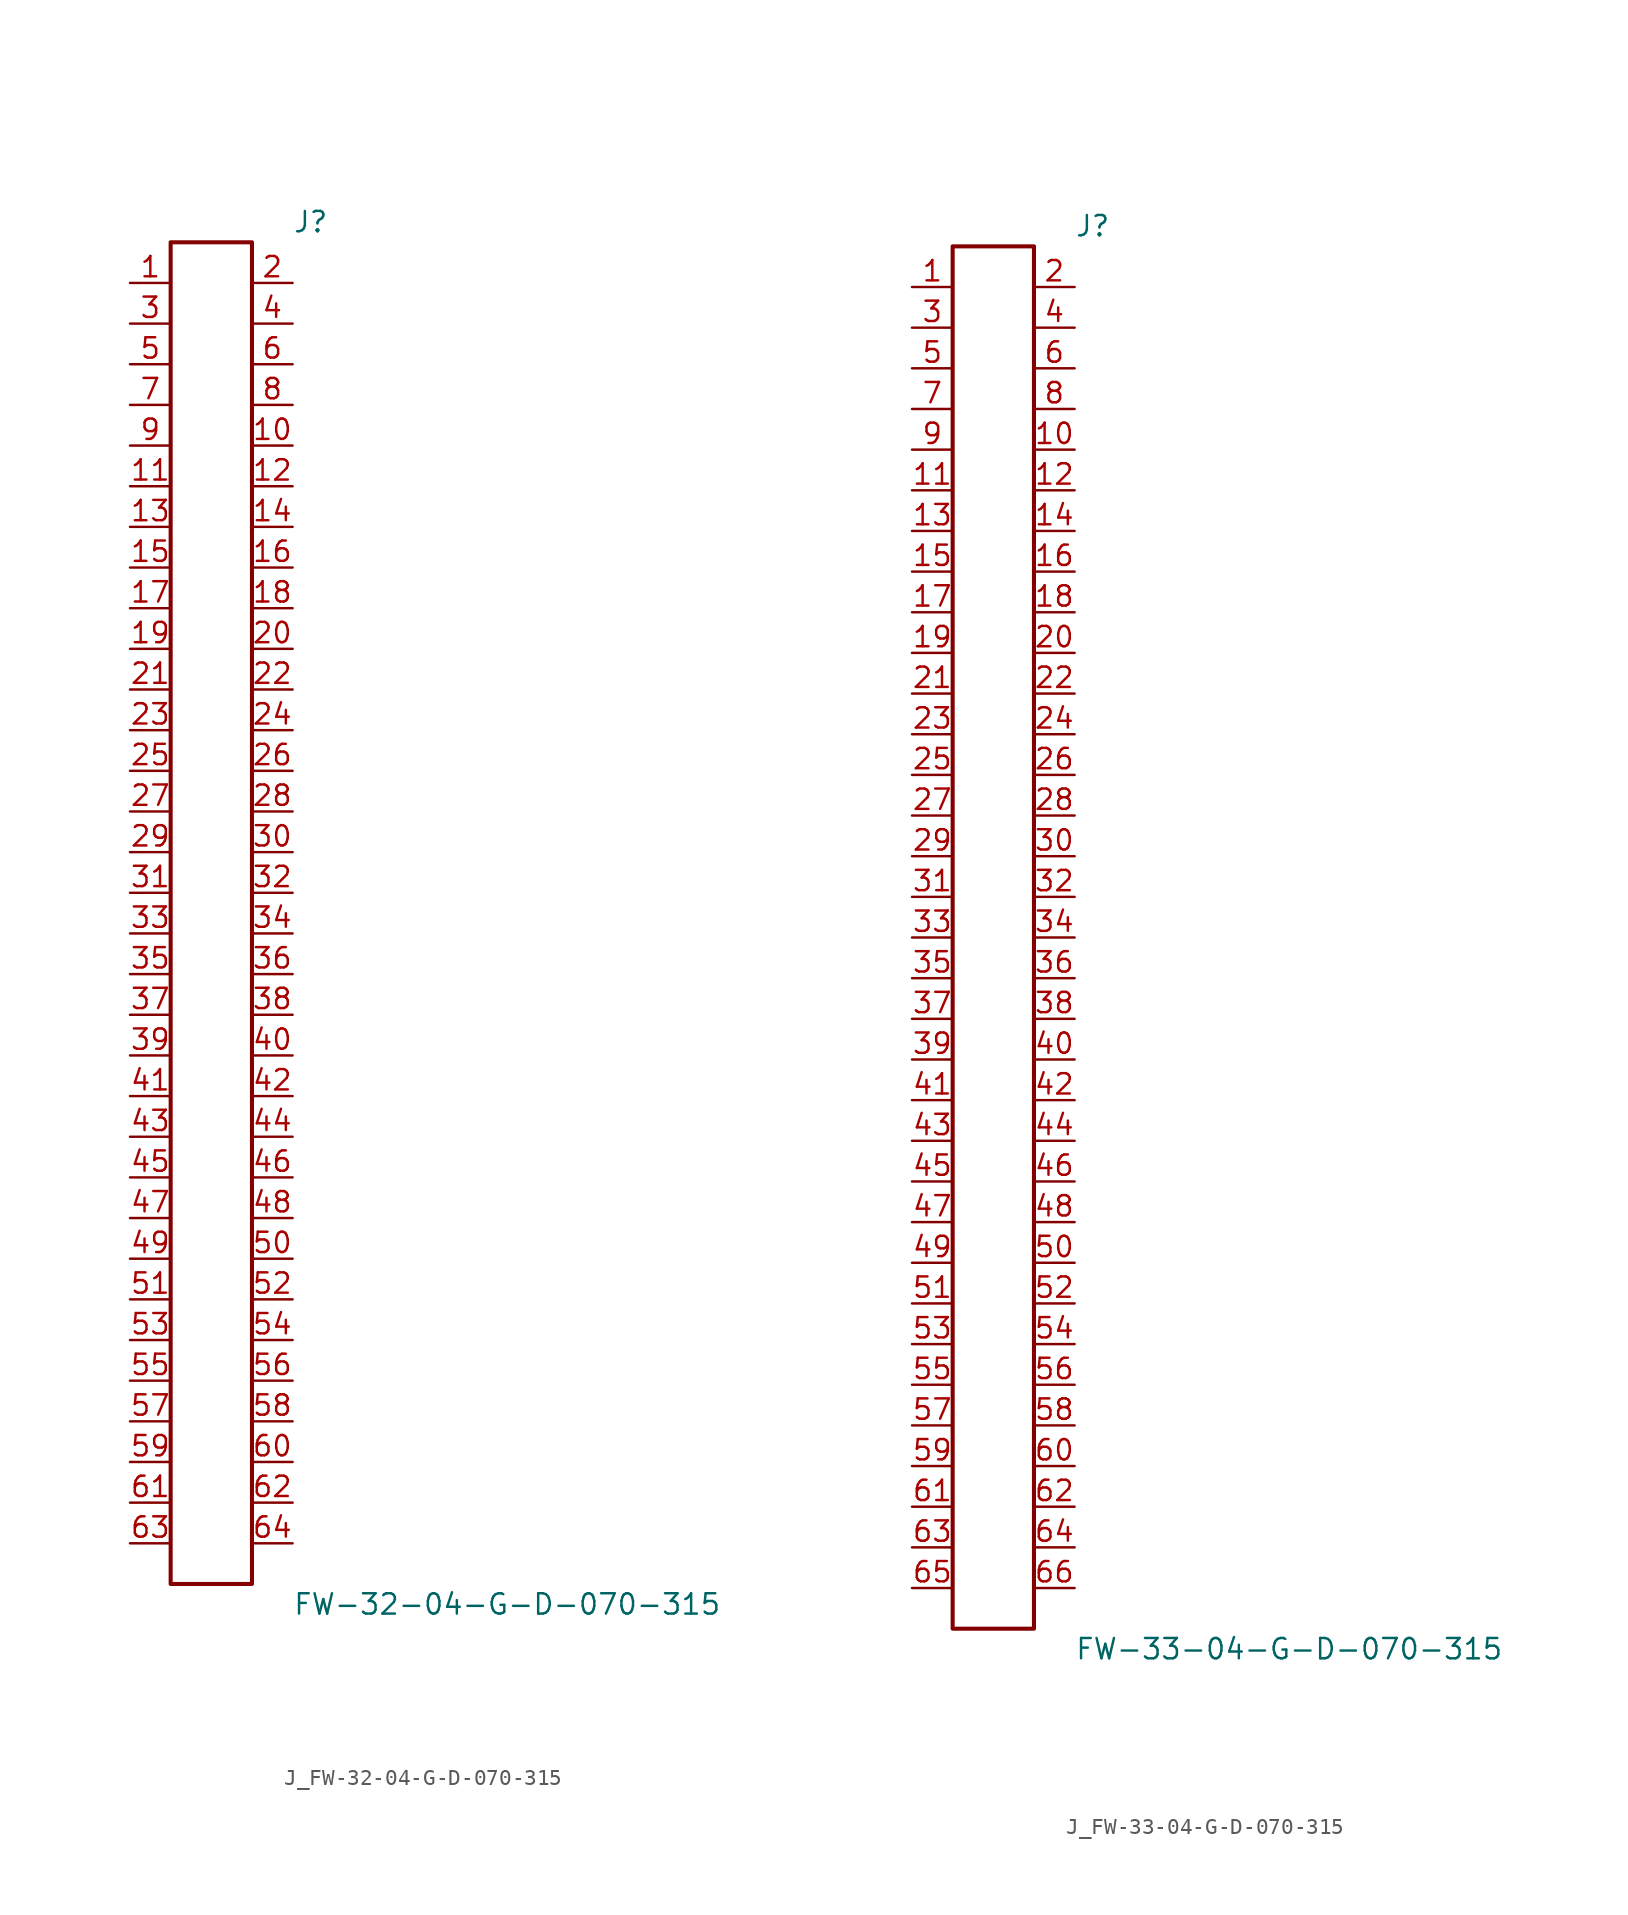
<source format=kicad_sym>
(kicad_symbol_lib
  (version 20231120)
  (generator kicad_symbol_editor)
  (generator_version 8.0)
  (symbol "J_FW-32-04-G-D-070-315"
    (pin_names
      (offset 0.254))
    (property "Reference" "J"
      (at 5.08 43.18 0)
      (effects (font (size 1.27 1.27)) (justify left)))
    (property "Value" "FW-32-04-G-D-070-315"
      (at 5.08 -43.18 0)
      (effects (font (size 1.27 1.27)) (justify left)))
    (symbol "J_FW-32-04-G-D-070-315_0_0"
      (pin passive line (at -5.08 39.37 0) (length 2.54) (name "" (effects (font (size 1.27 1.27)))) (number "1" (effects (font (size 1.27 1.27)))))
      (pin passive line (at 5.08 39.37 180) (length 2.54) (name "" (effects (font (size 1.27 1.27)))) (number "2" (effects (font (size 1.27 1.27)))))
      (pin passive line (at -5.08 36.83 0) (length 2.54) (name "" (effects (font (size 1.27 1.27)))) (number "3" (effects (font (size 1.27 1.27)))))
      (pin passive line (at 5.08 36.83 180) (length 2.54) (name "" (effects (font (size 1.27 1.27)))) (number "4" (effects (font (size 1.27 1.27)))))
      (pin passive line (at -5.08 34.29 0) (length 2.54) (name "" (effects (font (size 1.27 1.27)))) (number "5" (effects (font (size 1.27 1.27)))))
      (pin passive line (at 5.08 34.29 180) (length 2.54) (name "" (effects (font (size 1.27 1.27)))) (number "6" (effects (font (size 1.27 1.27)))))
      (pin passive line (at -5.08 31.75 0) (length 2.54) (name "" (effects (font (size 1.27 1.27)))) (number "7" (effects (font (size 1.27 1.27)))))
      (pin passive line (at 5.08 31.75 180) (length 2.54) (name "" (effects (font (size 1.27 1.27)))) (number "8" (effects (font (size 1.27 1.27)))))
      (pin passive line (at -5.08 29.21 0) (length 2.54) (name "" (effects (font (size 1.27 1.27)))) (number "9" (effects (font (size 1.27 1.27)))))
      (pin passive line (at 5.08 29.21 180) (length 2.54) (name "" (effects (font (size 1.27 1.27)))) (number "10" (effects (font (size 1.27 1.27)))))
      (pin passive line (at -5.08 26.67 0) (length 2.54) (name "" (effects (font (size 1.27 1.27)))) (number "11" (effects (font (size 1.27 1.27)))))
      (pin passive line (at 5.08 26.67 180) (length 2.54) (name "" (effects (font (size 1.27 1.27)))) (number "12" (effects (font (size 1.27 1.27)))))
      (pin passive line (at -5.08 24.13 0) (length 2.54) (name "" (effects (font (size 1.27 1.27)))) (number "13" (effects (font (size 1.27 1.27)))))
      (pin passive line (at 5.08 24.13 180) (length 2.54) (name "" (effects (font (size 1.27 1.27)))) (number "14" (effects (font (size 1.27 1.27)))))
      (pin passive line (at -5.08 21.59 0) (length 2.54) (name "" (effects (font (size 1.27 1.27)))) (number "15" (effects (font (size 1.27 1.27)))))
      (pin passive line (at 5.08 21.59 180) (length 2.54) (name "" (effects (font (size 1.27 1.27)))) (number "16" (effects (font (size 1.27 1.27)))))
      (pin passive line (at -5.08 19.05 0) (length 2.54) (name "" (effects (font (size 1.27 1.27)))) (number "17" (effects (font (size 1.27 1.27)))))
      (pin passive line (at 5.08 19.05 180) (length 2.54) (name "" (effects (font (size 1.27 1.27)))) (number "18" (effects (font (size 1.27 1.27)))))
      (pin passive line (at -5.08 16.51 0) (length 2.54) (name "" (effects (font (size 1.27 1.27)))) (number "19" (effects (font (size 1.27 1.27)))))
      (pin passive line (at 5.08 16.51 180) (length 2.54) (name "" (effects (font (size 1.27 1.27)))) (number "20" (effects (font (size 1.27 1.27)))))
      (pin passive line (at -5.08 13.97 0) (length 2.54) (name "" (effects (font (size 1.27 1.27)))) (number "21" (effects (font (size 1.27 1.27)))))
      (pin passive line (at 5.08 13.97 180) (length 2.54) (name "" (effects (font (size 1.27 1.27)))) (number "22" (effects (font (size 1.27 1.27)))))
      (pin passive line (at -5.08 11.43 0) (length 2.54) (name "" (effects (font (size 1.27 1.27)))) (number "23" (effects (font (size 1.27 1.27)))))
      (pin passive line (at 5.08 11.43 180) (length 2.54) (name "" (effects (font (size 1.27 1.27)))) (number "24" (effects (font (size 1.27 1.27)))))
      (pin passive line (at -5.08 8.89 0) (length 2.54) (name "" (effects (font (size 1.27 1.27)))) (number "25" (effects (font (size 1.27 1.27)))))
      (pin passive line (at 5.08 8.89 180) (length 2.54) (name "" (effects (font (size 1.27 1.27)))) (number "26" (effects (font (size 1.27 1.27)))))
      (pin passive line (at -5.08 6.35 0) (length 2.54) (name "" (effects (font (size 1.27 1.27)))) (number "27" (effects (font (size 1.27 1.27)))))
      (pin passive line (at 5.08 6.35 180) (length 2.54) (name "" (effects (font (size 1.27 1.27)))) (number "28" (effects (font (size 1.27 1.27)))))
      (pin passive line (at -5.08 3.81 0) (length 2.54) (name "" (effects (font (size 1.27 1.27)))) (number "29" (effects (font (size 1.27 1.27)))))
      (pin passive line (at 5.08 3.81 180) (length 2.54) (name "" (effects (font (size 1.27 1.27)))) (number "30" (effects (font (size 1.27 1.27)))))
      (pin passive line (at -5.08 1.27 0) (length 2.54) (name "" (effects (font (size 1.27 1.27)))) (number "31" (effects (font (size 1.27 1.27)))))
      (pin passive line (at 5.08 1.27 180) (length 2.54) (name "" (effects (font (size 1.27 1.27)))) (number "32" (effects (font (size 1.27 1.27)))))
      (pin passive line (at -5.08 -1.27 0) (length 2.54) (name "" (effects (font (size 1.27 1.27)))) (number "33" (effects (font (size 1.27 1.27)))))
      (pin passive line (at 5.08 -1.27 180) (length 2.54) (name "" (effects (font (size 1.27 1.27)))) (number "34" (effects (font (size 1.27 1.27)))))
      (pin passive line (at -5.08 -3.81 0) (length 2.54) (name "" (effects (font (size 1.27 1.27)))) (number "35" (effects (font (size 1.27 1.27)))))
      (pin passive line (at 5.08 -3.81 180) (length 2.54) (name "" (effects (font (size 1.27 1.27)))) (number "36" (effects (font (size 1.27 1.27)))))
      (pin passive line (at -5.08 -6.35 0) (length 2.54) (name "" (effects (font (size 1.27 1.27)))) (number "37" (effects (font (size 1.27 1.27)))))
      (pin passive line (at 5.08 -6.35 180) (length 2.54) (name "" (effects (font (size 1.27 1.27)))) (number "38" (effects (font (size 1.27 1.27)))))
      (pin passive line (at -5.08 -8.89 0) (length 2.54) (name "" (effects (font (size 1.27 1.27)))) (number "39" (effects (font (size 1.27 1.27)))))
      (pin passive line (at 5.08 -8.89 180) (length 2.54) (name "" (effects (font (size 1.27 1.27)))) (number "40" (effects (font (size 1.27 1.27)))))
      (pin passive line (at -5.08 -11.43 0) (length 2.54) (name "" (effects (font (size 1.27 1.27)))) (number "41" (effects (font (size 1.27 1.27)))))
      (pin passive line (at 5.08 -11.43 180) (length 2.54) (name "" (effects (font (size 1.27 1.27)))) (number "42" (effects (font (size 1.27 1.27)))))
      (pin passive line (at -5.08 -13.97 0) (length 2.54) (name "" (effects (font (size 1.27 1.27)))) (number "43" (effects (font (size 1.27 1.27)))))
      (pin passive line (at 5.08 -13.97 180) (length 2.54) (name "" (effects (font (size 1.27 1.27)))) (number "44" (effects (font (size 1.27 1.27)))))
      (pin passive line (at -5.08 -16.51 0) (length 2.54) (name "" (effects (font (size 1.27 1.27)))) (number "45" (effects (font (size 1.27 1.27)))))
      (pin passive line (at 5.08 -16.51 180) (length 2.54) (name "" (effects (font (size 1.27 1.27)))) (number "46" (effects (font (size 1.27 1.27)))))
      (pin passive line (at -5.08 -19.05 0) (length 2.54) (name "" (effects (font (size 1.27 1.27)))) (number "47" (effects (font (size 1.27 1.27)))))
      (pin passive line (at 5.08 -19.05 180) (length 2.54) (name "" (effects (font (size 1.27 1.27)))) (number "48" (effects (font (size 1.27 1.27)))))
      (pin passive line (at -5.08 -21.59 0) (length 2.54) (name "" (effects (font (size 1.27 1.27)))) (number "49" (effects (font (size 1.27 1.27)))))
      (pin passive line (at 5.08 -21.59 180) (length 2.54) (name "" (effects (font (size 1.27 1.27)))) (number "50" (effects (font (size 1.27 1.27)))))
      (pin passive line (at -5.08 -24.13 0) (length 2.54) (name "" (effects (font (size 1.27 1.27)))) (number "51" (effects (font (size 1.27 1.27)))))
      (pin passive line (at 5.08 -24.13 180) (length 2.54) (name "" (effects (font (size 1.27 1.27)))) (number "52" (effects (font (size 1.27 1.27)))))
      (pin passive line (at -5.08 -26.67 0) (length 2.54) (name "" (effects (font (size 1.27 1.27)))) (number "53" (effects (font (size 1.27 1.27)))))
      (pin passive line (at 5.08 -26.67 180) (length 2.54) (name "" (effects (font (size 1.27 1.27)))) (number "54" (effects (font (size 1.27 1.27)))))
      (pin passive line (at -5.08 -29.21 0) (length 2.54) (name "" (effects (font (size 1.27 1.27)))) (number "55" (effects (font (size 1.27 1.27)))))
      (pin passive line (at 5.08 -29.21 180) (length 2.54) (name "" (effects (font (size 1.27 1.27)))) (number "56" (effects (font (size 1.27 1.27)))))
      (pin passive line (at -5.08 -31.75 0) (length 2.54) (name "" (effects (font (size 1.27 1.27)))) (number "57" (effects (font (size 1.27 1.27)))))
      (pin passive line (at 5.08 -31.75 180) (length 2.54) (name "" (effects (font (size 1.27 1.27)))) (number "58" (effects (font (size 1.27 1.27)))))
      (pin passive line (at -5.08 -34.29 0) (length 2.54) (name "" (effects (font (size 1.27 1.27)))) (number "59" (effects (font (size 1.27 1.27)))))
      (pin passive line (at 5.08 -34.29 180) (length 2.54) (name "" (effects (font (size 1.27 1.27)))) (number "60" (effects (font (size 1.27 1.27)))))
      (pin passive line (at -5.08 -36.83 0) (length 2.54) (name "" (effects (font (size 1.27 1.27)))) (number "61" (effects (font (size 1.27 1.27)))))
      (pin passive line (at 5.08 -36.83 180) (length 2.54) (name "" (effects (font (size 1.27 1.27)))) (number "62" (effects (font (size 1.27 1.27)))))
      (pin passive line (at -5.08 -39.37 0) (length 2.54) (name "" (effects (font (size 1.27 1.27)))) (number "63" (effects (font (size 1.27 1.27)))))
      (pin passive line (at 5.08 -39.37 180) (length 2.54) (name "" (effects (font (size 1.27 1.27)))) (number "64" (effects (font (size 1.27 1.27))))))
    (symbol "J_FW-32-04-G-D-070-315_1_0"
      (rectangle (start -2.54 41.91) (end 2.54 -41.91) (stroke (width 0.254) (type solid)) (fill (type none)))))
  (symbol "J_FW-33-04-G-D-070-315"
    (pin_names
      (offset 0.254))
    (property "Reference" "J"
      (at 5.08 44.45 0)
      (effects (font (size 1.27 1.27)) (justify left)))
    (property "Value" "FW-33-04-G-D-070-315"
      (at 5.08 -44.45 0)
      (effects (font (size 1.27 1.27)) (justify left)))
    (symbol "J_FW-33-04-G-D-070-315_0_0"
      (pin passive line (at -5.08 40.64 0) (length 2.54) (name "" (effects (font (size 1.27 1.27)))) (number "1" (effects (font (size 1.27 1.27)))))
      (pin passive line (at 5.08 40.64 180) (length 2.54) (name "" (effects (font (size 1.27 1.27)))) (number "2" (effects (font (size 1.27 1.27)))))
      (pin passive line (at -5.08 38.1 0) (length 2.54) (name "" (effects (font (size 1.27 1.27)))) (number "3" (effects (font (size 1.27 1.27)))))
      (pin passive line (at 5.08 38.1 180) (length 2.54) (name "" (effects (font (size 1.27 1.27)))) (number "4" (effects (font (size 1.27 1.27)))))
      (pin passive line (at -5.08 35.56 0) (length 2.54) (name "" (effects (font (size 1.27 1.27)))) (number "5" (effects (font (size 1.27 1.27)))))
      (pin passive line (at 5.08 35.56 180) (length 2.54) (name "" (effects (font (size 1.27 1.27)))) (number "6" (effects (font (size 1.27 1.27)))))
      (pin passive line (at -5.08 33.02 0) (length 2.54) (name "" (effects (font (size 1.27 1.27)))) (number "7" (effects (font (size 1.27 1.27)))))
      (pin passive line (at 5.08 33.02 180) (length 2.54) (name "" (effects (font (size 1.27 1.27)))) (number "8" (effects (font (size 1.27 1.27)))))
      (pin passive line (at -5.08 30.48 0) (length 2.54) (name "" (effects (font (size 1.27 1.27)))) (number "9" (effects (font (size 1.27 1.27)))))
      (pin passive line (at 5.08 30.48 180) (length 2.54) (name "" (effects (font (size 1.27 1.27)))) (number "10" (effects (font (size 1.27 1.27)))))
      (pin passive line (at -5.08 27.94 0) (length 2.54) (name "" (effects (font (size 1.27 1.27)))) (number "11" (effects (font (size 1.27 1.27)))))
      (pin passive line (at 5.08 27.94 180) (length 2.54) (name "" (effects (font (size 1.27 1.27)))) (number "12" (effects (font (size 1.27 1.27)))))
      (pin passive line (at -5.08 25.4 0) (length 2.54) (name "" (effects (font (size 1.27 1.27)))) (number "13" (effects (font (size 1.27 1.27)))))
      (pin passive line (at 5.08 25.4 180) (length 2.54) (name "" (effects (font (size 1.27 1.27)))) (number "14" (effects (font (size 1.27 1.27)))))
      (pin passive line (at -5.08 22.86 0) (length 2.54) (name "" (effects (font (size 1.27 1.27)))) (number "15" (effects (font (size 1.27 1.27)))))
      (pin passive line (at 5.08 22.86 180) (length 2.54) (name "" (effects (font (size 1.27 1.27)))) (number "16" (effects (font (size 1.27 1.27)))))
      (pin passive line (at -5.08 20.32 0) (length 2.54) (name "" (effects (font (size 1.27 1.27)))) (number "17" (effects (font (size 1.27 1.27)))))
      (pin passive line (at 5.08 20.32 180) (length 2.54) (name "" (effects (font (size 1.27 1.27)))) (number "18" (effects (font (size 1.27 1.27)))))
      (pin passive line (at -5.08 17.78 0) (length 2.54) (name "" (effects (font (size 1.27 1.27)))) (number "19" (effects (font (size 1.27 1.27)))))
      (pin passive line (at 5.08 17.78 180) (length 2.54) (name "" (effects (font (size 1.27 1.27)))) (number "20" (effects (font (size 1.27 1.27)))))
      (pin passive line (at -5.08 15.24 0) (length 2.54) (name "" (effects (font (size 1.27 1.27)))) (number "21" (effects (font (size 1.27 1.27)))))
      (pin passive line (at 5.08 15.24 180) (length 2.54) (name "" (effects (font (size 1.27 1.27)))) (number "22" (effects (font (size 1.27 1.27)))))
      (pin passive line (at -5.08 12.7 0) (length 2.54) (name "" (effects (font (size 1.27 1.27)))) (number "23" (effects (font (size 1.27 1.27)))))
      (pin passive line (at 5.08 12.7 180) (length 2.54) (name "" (effects (font (size 1.27 1.27)))) (number "24" (effects (font (size 1.27 1.27)))))
      (pin passive line (at -5.08 10.16 0) (length 2.54) (name "" (effects (font (size 1.27 1.27)))) (number "25" (effects (font (size 1.27 1.27)))))
      (pin passive line (at 5.08 10.16 180) (length 2.54) (name "" (effects (font (size 1.27 1.27)))) (number "26" (effects (font (size 1.27 1.27)))))
      (pin passive line (at -5.08 7.62 0) (length 2.54) (name "" (effects (font (size 1.27 1.27)))) (number "27" (effects (font (size 1.27 1.27)))))
      (pin passive line (at 5.08 7.62 180) (length 2.54) (name "" (effects (font (size 1.27 1.27)))) (number "28" (effects (font (size 1.27 1.27)))))
      (pin passive line (at -5.08 5.08 0) (length 2.54) (name "" (effects (font (size 1.27 1.27)))) (number "29" (effects (font (size 1.27 1.27)))))
      (pin passive line (at 5.08 5.08 180) (length 2.54) (name "" (effects (font (size 1.27 1.27)))) (number "30" (effects (font (size 1.27 1.27)))))
      (pin passive line (at -5.08 2.54 0) (length 2.54) (name "" (effects (font (size 1.27 1.27)))) (number "31" (effects (font (size 1.27 1.27)))))
      (pin passive line (at 5.08 2.54 180) (length 2.54) (name "" (effects (font (size 1.27 1.27)))) (number "32" (effects (font (size 1.27 1.27)))))
      (pin passive line (at -5.08 0.0 0) (length 2.54) (name "" (effects (font (size 1.27 1.27)))) (number "33" (effects (font (size 1.27 1.27)))))
      (pin passive line (at 5.08 0.0 180) (length 2.54) (name "" (effects (font (size 1.27 1.27)))) (number "34" (effects (font (size 1.27 1.27)))))
      (pin passive line (at -5.08 -2.54 0) (length 2.54) (name "" (effects (font (size 1.27 1.27)))) (number "35" (effects (font (size 1.27 1.27)))))
      (pin passive line (at 5.08 -2.54 180) (length 2.54) (name "" (effects (font (size 1.27 1.27)))) (number "36" (effects (font (size 1.27 1.27)))))
      (pin passive line (at -5.08 -5.08 0) (length 2.54) (name "" (effects (font (size 1.27 1.27)))) (number "37" (effects (font (size 1.27 1.27)))))
      (pin passive line (at 5.08 -5.08 180) (length 2.54) (name "" (effects (font (size 1.27 1.27)))) (number "38" (effects (font (size 1.27 1.27)))))
      (pin passive line (at -5.08 -7.62 0) (length 2.54) (name "" (effects (font (size 1.27 1.27)))) (number "39" (effects (font (size 1.27 1.27)))))
      (pin passive line (at 5.08 -7.62 180) (length 2.54) (name "" (effects (font (size 1.27 1.27)))) (number "40" (effects (font (size 1.27 1.27)))))
      (pin passive line (at -5.08 -10.16 0) (length 2.54) (name "" (effects (font (size 1.27 1.27)))) (number "41" (effects (font (size 1.27 1.27)))))
      (pin passive line (at 5.08 -10.16 180) (length 2.54) (name "" (effects (font (size 1.27 1.27)))) (number "42" (effects (font (size 1.27 1.27)))))
      (pin passive line (at -5.08 -12.7 0) (length 2.54) (name "" (effects (font (size 1.27 1.27)))) (number "43" (effects (font (size 1.27 1.27)))))
      (pin passive line (at 5.08 -12.7 180) (length 2.54) (name "" (effects (font (size 1.27 1.27)))) (number "44" (effects (font (size 1.27 1.27)))))
      (pin passive line (at -5.08 -15.24 0) (length 2.54) (name "" (effects (font (size 1.27 1.27)))) (number "45" (effects (font (size 1.27 1.27)))))
      (pin passive line (at 5.08 -15.24 180) (length 2.54) (name "" (effects (font (size 1.27 1.27)))) (number "46" (effects (font (size 1.27 1.27)))))
      (pin passive line (at -5.08 -17.78 0) (length 2.54) (name "" (effects (font (size 1.27 1.27)))) (number "47" (effects (font (size 1.27 1.27)))))
      (pin passive line (at 5.08 -17.78 180) (length 2.54) (name "" (effects (font (size 1.27 1.27)))) (number "48" (effects (font (size 1.27 1.27)))))
      (pin passive line (at -5.08 -20.32 0) (length 2.54) (name "" (effects (font (size 1.27 1.27)))) (number "49" (effects (font (size 1.27 1.27)))))
      (pin passive line (at 5.08 -20.32 180) (length 2.54) (name "" (effects (font (size 1.27 1.27)))) (number "50" (effects (font (size 1.27 1.27)))))
      (pin passive line (at -5.08 -22.86 0) (length 2.54) (name "" (effects (font (size 1.27 1.27)))) (number "51" (effects (font (size 1.27 1.27)))))
      (pin passive line (at 5.08 -22.86 180) (length 2.54) (name "" (effects (font (size 1.27 1.27)))) (number "52" (effects (font (size 1.27 1.27)))))
      (pin passive line (at -5.08 -25.4 0) (length 2.54) (name "" (effects (font (size 1.27 1.27)))) (number "53" (effects (font (size 1.27 1.27)))))
      (pin passive line (at 5.08 -25.4 180) (length 2.54) (name "" (effects (font (size 1.27 1.27)))) (number "54" (effects (font (size 1.27 1.27)))))
      (pin passive line (at -5.08 -27.94 0) (length 2.54) (name "" (effects (font (size 1.27 1.27)))) (number "55" (effects (font (size 1.27 1.27)))))
      (pin passive line (at 5.08 -27.94 180) (length 2.54) (name "" (effects (font (size 1.27 1.27)))) (number "56" (effects (font (size 1.27 1.27)))))
      (pin passive line (at -5.08 -30.48 0) (length 2.54) (name "" (effects (font (size 1.27 1.27)))) (number "57" (effects (font (size 1.27 1.27)))))
      (pin passive line (at 5.08 -30.48 180) (length 2.54) (name "" (effects (font (size 1.27 1.27)))) (number "58" (effects (font (size 1.27 1.27)))))
      (pin passive line (at -5.08 -33.02 0) (length 2.54) (name "" (effects (font (size 1.27 1.27)))) (number "59" (effects (font (size 1.27 1.27)))))
      (pin passive line (at 5.08 -33.02 180) (length 2.54) (name "" (effects (font (size 1.27 1.27)))) (number "60" (effects (font (size 1.27 1.27)))))
      (pin passive line (at -5.08 -35.56 0) (length 2.54) (name "" (effects (font (size 1.27 1.27)))) (number "61" (effects (font (size 1.27 1.27)))))
      (pin passive line (at 5.08 -35.56 180) (length 2.54) (name "" (effects (font (size 1.27 1.27)))) (number "62" (effects (font (size 1.27 1.27)))))
      (pin passive line (at -5.08 -38.1 0) (length 2.54) (name "" (effects (font (size 1.27 1.27)))) (number "63" (effects (font (size 1.27 1.27)))))
      (pin passive line (at 5.08 -38.1 180) (length 2.54) (name "" (effects (font (size 1.27 1.27)))) (number "64" (effects (font (size 1.27 1.27)))))
      (pin passive line (at -5.08 -40.64 0) (length 2.54) (name "" (effects (font (size 1.27 1.27)))) (number "65" (effects (font (size 1.27 1.27)))))
      (pin passive line (at 5.08 -40.64 180) (length 2.54) (name "" (effects (font (size 1.27 1.27)))) (number "66" (effects (font (size 1.27 1.27))))))
    (symbol "J_FW-33-04-G-D-070-315_1_0"
      (rectangle (start -2.54 43.18) (end 2.54 -43.18) (stroke (width 0.254) (type solid)) (fill (type none))))))
</source>
